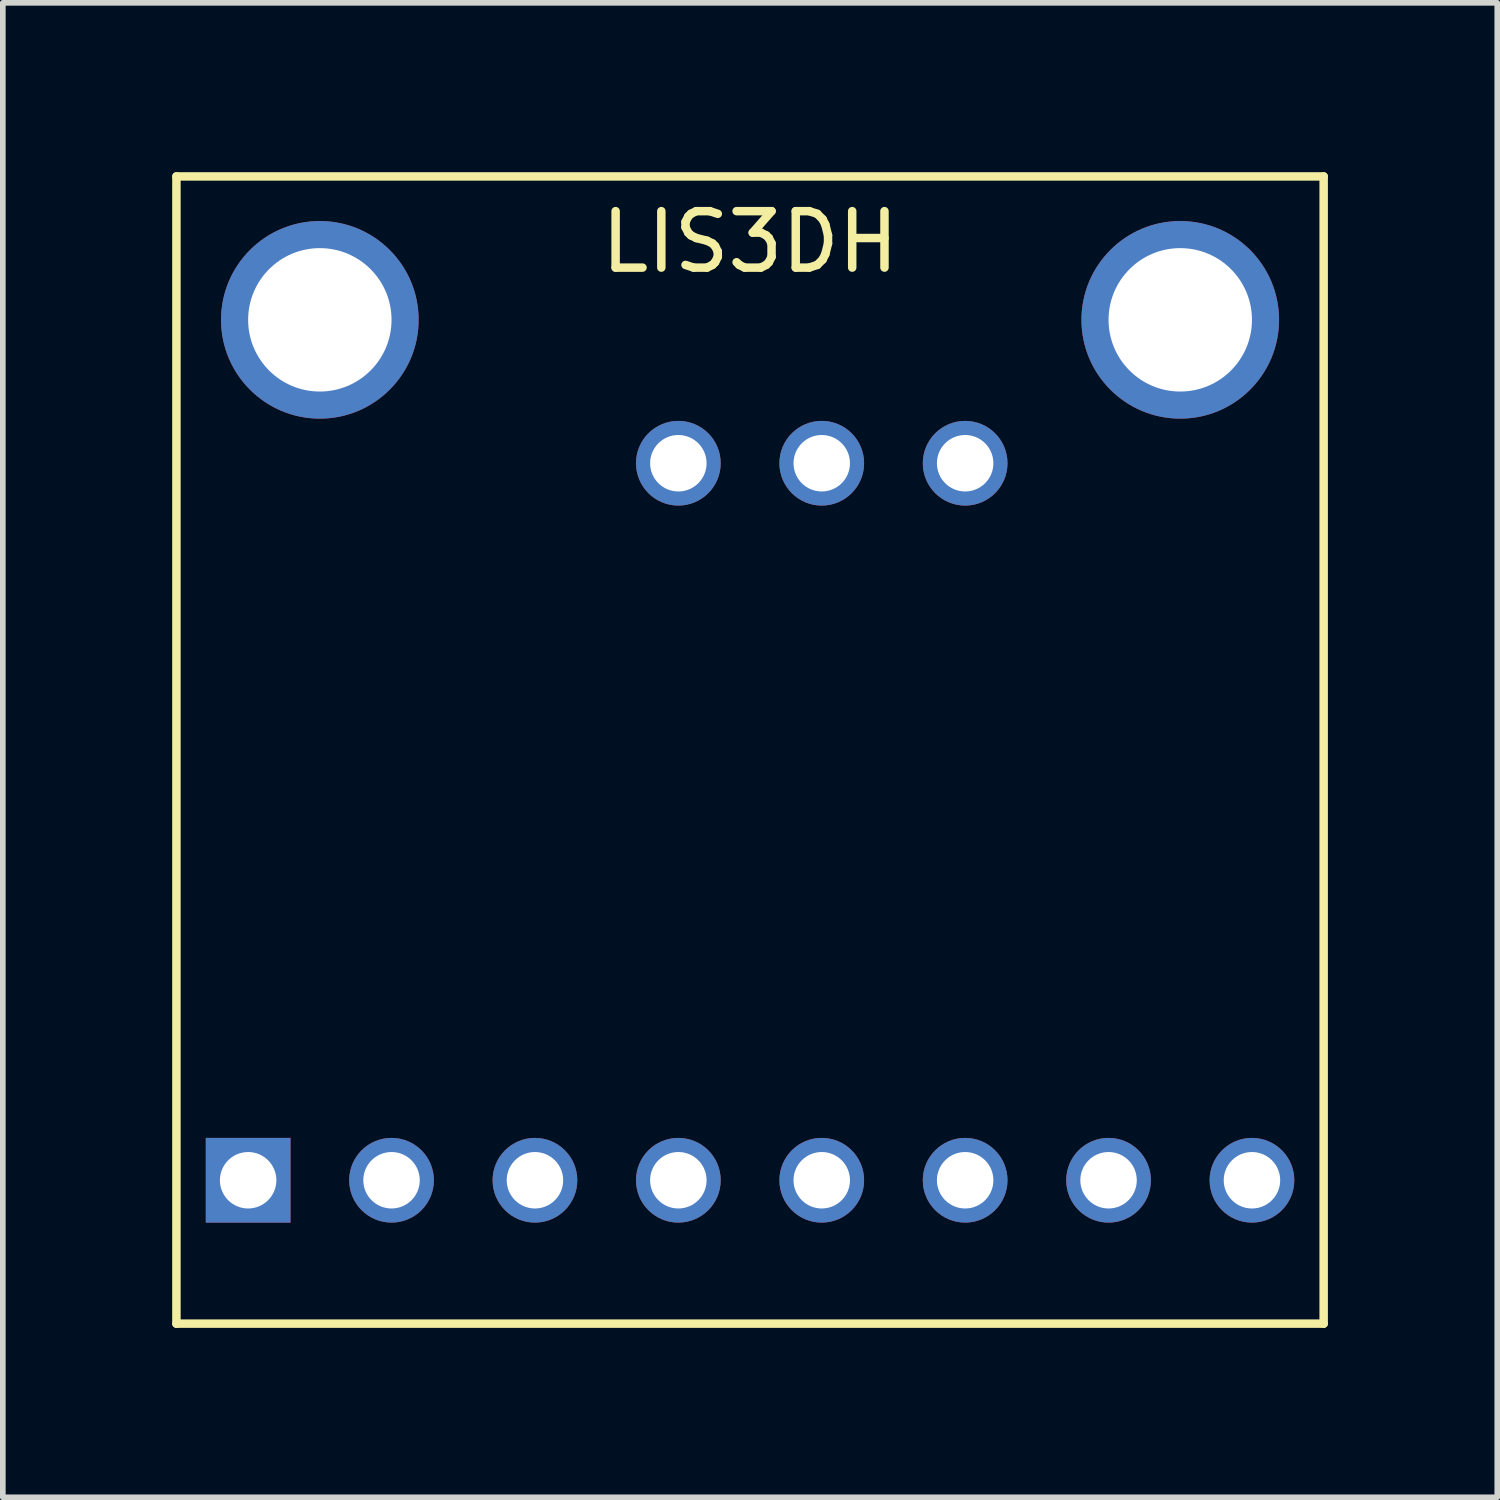
<source format=kicad_pcb>
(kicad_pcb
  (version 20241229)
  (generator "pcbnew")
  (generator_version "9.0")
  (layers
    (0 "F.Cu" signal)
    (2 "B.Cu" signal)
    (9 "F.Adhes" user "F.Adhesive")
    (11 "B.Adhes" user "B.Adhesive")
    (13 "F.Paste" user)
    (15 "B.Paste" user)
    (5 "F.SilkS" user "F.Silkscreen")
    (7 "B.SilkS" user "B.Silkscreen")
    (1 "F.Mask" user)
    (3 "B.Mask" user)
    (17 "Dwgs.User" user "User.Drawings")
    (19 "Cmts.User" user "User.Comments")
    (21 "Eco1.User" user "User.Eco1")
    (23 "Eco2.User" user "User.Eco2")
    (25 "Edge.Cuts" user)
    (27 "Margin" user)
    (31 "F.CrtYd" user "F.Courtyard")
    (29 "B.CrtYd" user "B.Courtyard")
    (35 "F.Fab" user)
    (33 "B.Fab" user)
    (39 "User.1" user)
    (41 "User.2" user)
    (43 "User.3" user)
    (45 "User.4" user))
  (footprint "LIS3DH"
    (layer "F.Cu")
    (at 10.235 10.235)
    (property "Reference" "LIS3DH" (at 0 -9 0) (layer "F.SilkS") (effects (font (size 1 1) (thickness 0.15))))
    (attr through_hole)
    (fp_line (start -10.16 -10.16) (end 10.16 -10.16) (stroke (width 0.15) (type solid)) (layer "F.SilkS"))
    (fp_line (start -10.16 10.16) (end -10.16 -10.16) (stroke (width 0.15) (type solid)) (layer "F.SilkS"))
    (fp_line (start 10.16 -10.16) (end 10.16 10.16) (stroke (width 0.15) (type solid)) (layer "F.SilkS"))
    (fp_line (start 10.16 10.16) (end -10.16 10.16) (stroke (width 0.15) (type solid)) (layer "F.SilkS"))
    (pad "" thru_hole circle (at -7.62 -7.62) (size 3.5 3.5) (drill 2.54) (layers "*.Cu" "*.Mask"))
    (pad "" thru_hole circle (at 7.62 -7.62) (size 3.5 3.5) (drill 2.54) (layers "*.Cu" "*.Mask"))
    (pad "1" thru_hole rect (at -8.89 7.62) (size 1.5 1.5) (drill 1) (layers "*.Cu" "*.Mask"))
    (pad "2" thru_hole circle (at -6.35 7.62) (size 1.5 1.5) (drill 1) (layers "*.Cu" "*.Mask"))
    (pad "3" thru_hole circle (at -3.81 7.62) (size 1.5 1.5) (drill 1) (layers "*.Cu" "*.Mask"))
    (pad "4" thru_hole circle (at -1.27 7.62) (size 1.5 1.5) (drill 1) (layers "*.Cu" "*.Mask"))
    (pad "5" thru_hole circle (at 1.27 7.62) (size 1.5 1.5) (drill 1) (layers "*.Cu" "*.Mask"))
    (pad "6" thru_hole circle (at 3.81 7.62) (size 1.5 1.5) (drill 1) (layers "*.Cu" "*.Mask"))
    (pad "7" thru_hole circle (at 6.35 7.62) (size 1.5 1.5) (drill 1) (layers "*.Cu" "*.Mask"))
    (pad "8" thru_hole circle (at 8.89 7.62) (size 1.5 1.5) (drill 1) (layers "*.Cu" "*.Mask"))
    (pad "9" thru_hole circle (at -1.27 -5.08) (size 1.5 1.5) (drill 1) (layers "*.Cu" "*.Mask"))
    (pad "10" thru_hole circle (at 1.27 -5.08) (size 1.5 1.5) (drill 1) (layers "*.Cu" "*.Mask"))
    (pad "11" thru_hole circle (at 3.81 -5.08) (size 1.5 1.5) (drill 1) (layers "*.Cu" "*.Mask")))
  (gr_rect
    (start -3 -3)
    (end 23.47 23.47)
    (stroke (width 0.1) (type default))
    (fill no)
    (layer "Edge.Cuts")))
</source>
